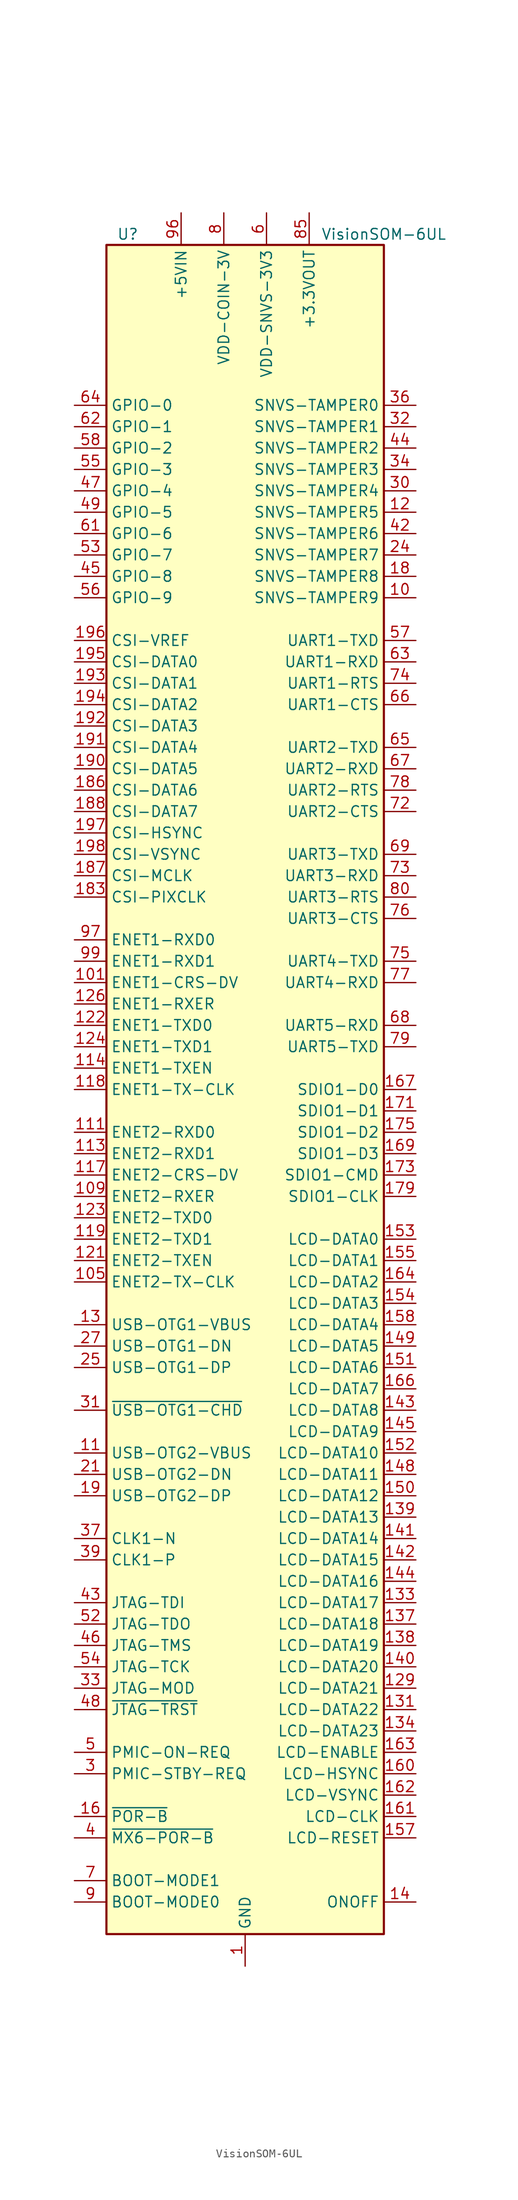
<source format=kicad_sym>
(kicad_symbol_lib
  (version 20201005)
  (generator kicad_symbol_editor)
  (symbol "VisionSOM-6UL"
    (property "Reference" "U"
      (at -13.97 101.6 0)
      (effects (font (size 1.27 1.27))))
    (property "Value" "VisionSOM-6UL"
      (at 16.51 101.6 0)
      (effects (font (size 1.27 1.27))))
    (symbol "VisionSOM-6UL_0_1"
      (rectangle (start -16.51 100.33) (end 16.51 -100.33) (stroke (width 0.254)) (fill (type background))))
    (symbol "VisionSOM-6UL_1_1"
      (pin power_in line (at 0 -104.14 90) (length 3.81) (name "GND" (effects (font (size 1.27 1.27)))) (number "1" (effects (font (size 1.27 1.27)))))
      (pin bidirectional line (at 20.32 58.42 180) (length 3.81) (name "SNVS-TAMPER9" (effects (font (size 1.27 1.27)))) (number "10" (effects (font (size 1.27 1.27)))))
      (pin passive line (at -7.62 104.14 270) (length 3.81) hide (name "+5VIN" (effects (font (size 1.27 1.27)))) (number "100" (effects (font (size 1.27 1.27)))))
      (pin bidirectional line (at -20.32 12.7 0) (length 3.81) (name "ENET1-CRS-DV" (effects (font (size 1.27 1.27)))) (number "101" (effects (font (size 1.27 1.27)))))
      (pin passive line (at -7.62 104.14 270) (length 3.81) hide (name "+5VIN" (effects (font (size 1.27 1.27)))) (number "102" (effects (font (size 1.27 1.27)))))
      (pin passive line (at 0 -104.14 90) (length 3.81) hide (name "GND" (effects (font (size 1.27 1.27)))) (number "103" (effects (font (size 1.27 1.27)))))
      (pin passive line (at -7.62 104.14 270) (length 3.81) hide (name "+5VIN" (effects (font (size 1.27 1.27)))) (number "104" (effects (font (size 1.27 1.27)))))
      (pin bidirectional line (at -20.32 -22.86 0) (length 3.81) (name "ENET2-TX-CLK" (effects (font (size 1.27 1.27)))) (number "105" (effects (font (size 1.27 1.27)))))
      (pin passive line (at -7.62 104.14 270) (length 3.81) hide (name "+5VIN" (effects (font (size 1.27 1.27)))) (number "106" (effects (font (size 1.27 1.27)))))
      (pin passive line (at 0 -104.14 90) (length 3.81) hide (name "GND" (effects (font (size 1.27 1.27)))) (number "107" (effects (font (size 1.27 1.27)))))
      (pin passive line (at -7.62 104.14 270) (length 3.81) hide (name "+5VIN" (effects (font (size 1.27 1.27)))) (number "108" (effects (font (size 1.27 1.27)))))
      (pin bidirectional line (at -20.32 -12.7 0) (length 3.81) (name "ENET2-RXER" (effects (font (size 1.27 1.27)))) (number "109" (effects (font (size 1.27 1.27)))))
      (pin input line (at -20.32 -43.18 0) (length 3.81) (name "USB-OTG2-VBUS" (effects (font (size 1.27 1.27)))) (number "11" (effects (font (size 1.27 1.27)))))
      (pin passive line (at -7.62 104.14 270) (length 3.81) hide (name "+5VIN" (effects (font (size 1.27 1.27)))) (number "110" (effects (font (size 1.27 1.27)))))
      (pin bidirectional line (at -20.32 -5.08 0) (length 3.81) (name "ENET2-RXD0" (effects (font (size 1.27 1.27)))) (number "111" (effects (font (size 1.27 1.27)))))
      (pin passive line (at -7.62 104.14 270) (length 3.81) hide (name "+5VIN" (effects (font (size 1.27 1.27)))) (number "112" (effects (font (size 1.27 1.27)))))
      (pin bidirectional line (at -20.32 -7.62 0) (length 3.81) (name "ENET2-RXD1" (effects (font (size 1.27 1.27)))) (number "113" (effects (font (size 1.27 1.27)))))
      (pin bidirectional line (at -20.32 2.54 0) (length 3.81) (name "ENET1-TXEN" (effects (font (size 1.27 1.27)))) (number "114" (effects (font (size 1.27 1.27)))))
      (pin passive line (at 0 -104.14 90) (length 3.81) hide (name "GND" (effects (font (size 1.27 1.27)))) (number "115" (effects (font (size 1.27 1.27)))))
      (pin passive line (at 0 -104.14 90) (length 3.81) hide (name "GND" (effects (font (size 1.27 1.27)))) (number "116" (effects (font (size 1.27 1.27)))))
      (pin bidirectional line (at -20.32 -10.16 0) (length 3.81) (name "ENET2-CRS-DV" (effects (font (size 1.27 1.27)))) (number "117" (effects (font (size 1.27 1.27)))))
      (pin bidirectional line (at -20.32 0 0) (length 3.81) (name "ENET1-TX-CLK" (effects (font (size 1.27 1.27)))) (number "118" (effects (font (size 1.27 1.27)))))
      (pin bidirectional line (at -20.32 -17.78 0) (length 3.81) (name "ENET2-TXD1" (effects (font (size 1.27 1.27)))) (number "119" (effects (font (size 1.27 1.27)))))
      (pin bidirectional line (at 20.32 68.58 180) (length 3.81) (name "SNVS-TAMPER5" (effects (font (size 1.27 1.27)))) (number "12" (effects (font (size 1.27 1.27)))))
      (pin passive line (at 0 -104.14 90) (length 3.81) hide (name "GND" (effects (font (size 1.27 1.27)))) (number "120" (effects (font (size 1.27 1.27)))))
      (pin bidirectional line (at -20.32 -20.32 0) (length 3.81) (name "ENET2-TXEN" (effects (font (size 1.27 1.27)))) (number "121" (effects (font (size 1.27 1.27)))))
      (pin bidirectional line (at -20.32 7.62 0) (length 3.81) (name "ENET1-TXD0" (effects (font (size 1.27 1.27)))) (number "122" (effects (font (size 1.27 1.27)))))
      (pin bidirectional line (at -20.32 -15.24 0) (length 3.81) (name "ENET2-TXD0" (effects (font (size 1.27 1.27)))) (number "123" (effects (font (size 1.27 1.27)))))
      (pin bidirectional line (at -20.32 5.08 0) (length 3.81) (name "ENET1-TXD1" (effects (font (size 1.27 1.27)))) (number "124" (effects (font (size 1.27 1.27)))))
      (pin passive line (at 0 -104.14 90) (length 3.81) hide (name "GND" (effects (font (size 1.27 1.27)))) (number "125" (effects (font (size 1.27 1.27)))))
      (pin bidirectional line (at -20.32 10.16 0) (length 3.81) (name "ENET1-RXER" (effects (font (size 1.27 1.27)))) (number "126" (effects (font (size 1.27 1.27)))))
      (pin passive line (at 0 -104.14 90) (length 3.81) hide (name "GND" (effects (font (size 1.27 1.27)))) (number "127" (effects (font (size 1.27 1.27)))))
      (pin passive line (at 0 -104.14 90) (length 3.81) hide (name "GND" (effects (font (size 1.27 1.27)))) (number "128" (effects (font (size 1.27 1.27)))))
      (pin bidirectional line (at 20.32 -71.12 180) (length 3.81) (name "LCD-DATA21" (effects (font (size 1.27 1.27)))) (number "129" (effects (font (size 1.27 1.27)))))
      (pin input line (at -20.32 -27.94 0) (length 3.81) (name "USB-OTG1-VBUS" (effects (font (size 1.27 1.27)))) (number "13" (effects (font (size 1.27 1.27)))))
      (pin passive line (at 0 -104.14 90) (length 3.81) hide (name "GND" (effects (font (size 1.27 1.27)))) (number "130" (effects (font (size 1.27 1.27)))))
      (pin bidirectional line (at 20.32 -73.66 180) (length 3.81) (name "LCD-DATA22" (effects (font (size 1.27 1.27)))) (number "131" (effects (font (size 1.27 1.27)))))
      (pin passive line (at 0 -104.14 90) (length 3.81) hide (name "GND" (effects (font (size 1.27 1.27)))) (number "132" (effects (font (size 1.27 1.27)))))
      (pin bidirectional line (at 20.32 -60.96 180) (length 3.81) (name "LCD-DATA17" (effects (font (size 1.27 1.27)))) (number "133" (effects (font (size 1.27 1.27)))))
      (pin bidirectional line (at 20.32 -76.2 180) (length 3.81) (name "LCD-DATA23" (effects (font (size 1.27 1.27)))) (number "134" (effects (font (size 1.27 1.27)))))
      (pin passive line (at 0 -104.14 90) (length 3.81) hide (name "GND" (effects (font (size 1.27 1.27)))) (number "135" (effects (font (size 1.27 1.27)))))
      (pin passive line (at 0 -104.14 90) (length 3.81) hide (name "GND" (effects (font (size 1.27 1.27)))) (number "136" (effects (font (size 1.27 1.27)))))
      (pin bidirectional line (at 20.32 -63.5 180) (length 3.81) (name "LCD-DATA18" (effects (font (size 1.27 1.27)))) (number "137" (effects (font (size 1.27 1.27)))))
      (pin bidirectional line (at 20.32 -66.04 180) (length 3.81) (name "LCD-DATA19" (effects (font (size 1.27 1.27)))) (number "138" (effects (font (size 1.27 1.27)))))
      (pin bidirectional line (at 20.32 -50.8 180) (length 3.81) (name "LCD-DATA13" (effects (font (size 1.27 1.27)))) (number "139" (effects (font (size 1.27 1.27)))))
      (pin input line (at 20.32 -96.52 180) (length 3.81) (name "ONOFF" (effects (font (size 1.27 1.27)))) (number "14" (effects (font (size 1.27 1.27)))))
      (pin bidirectional line (at 20.32 -68.58 180) (length 3.81) (name "LCD-DATA20" (effects (font (size 1.27 1.27)))) (number "140" (effects (font (size 1.27 1.27)))))
      (pin bidirectional line (at 20.32 -53.34 180) (length 3.81) (name "LCD-DATA14" (effects (font (size 1.27 1.27)))) (number "141" (effects (font (size 1.27 1.27)))))
      (pin bidirectional line (at 20.32 -55.88 180) (length 3.81) (name "LCD-DATA15" (effects (font (size 1.27 1.27)))) (number "142" (effects (font (size 1.27 1.27)))))
      (pin bidirectional line (at 20.32 -38.1 180) (length 3.81) (name "LCD-DATA8" (effects (font (size 1.27 1.27)))) (number "143" (effects (font (size 1.27 1.27)))))
      (pin bidirectional line (at 20.32 -58.42 180) (length 3.81) (name "LCD-DATA16" (effects (font (size 1.27 1.27)))) (number "144" (effects (font (size 1.27 1.27)))))
      (pin bidirectional line (at 20.32 -40.64 180) (length 3.81) (name "LCD-DATA9" (effects (font (size 1.27 1.27)))) (number "145" (effects (font (size 1.27 1.27)))))
      (pin passive line (at 0 -104.14 90) (length 3.81) hide (name "GND" (effects (font (size 1.27 1.27)))) (number "146" (effects (font (size 1.27 1.27)))))
      (pin passive line (at 0 -104.14 90) (length 3.81) hide (name "GND" (effects (font (size 1.27 1.27)))) (number "147" (effects (font (size 1.27 1.27)))))
      (pin bidirectional line (at 20.32 -45.72 180) (length 3.81) (name "LCD-DATA11" (effects (font (size 1.27 1.27)))) (number "148" (effects (font (size 1.27 1.27)))))
      (pin bidirectional line (at 20.32 -30.48 180) (length 3.81) (name "LCD-DATA5" (effects (font (size 1.27 1.27)))) (number "149" (effects (font (size 1.27 1.27)))))
      (pin passive line (at 0 -104.14 90) (length 3.81) hide (name "GND" (effects (font (size 1.27 1.27)))) (number "15" (effects (font (size 1.27 1.27)))))
      (pin bidirectional line (at 20.32 -48.26 180) (length 3.81) (name "LCD-DATA12" (effects (font (size 1.27 1.27)))) (number "150" (effects (font (size 1.27 1.27)))))
      (pin bidirectional line (at 20.32 -33.02 180) (length 3.81) (name "LCD-DATA6" (effects (font (size 1.27 1.27)))) (number "151" (effects (font (size 1.27 1.27)))))
      (pin bidirectional line (at 20.32 -43.18 180) (length 3.81) (name "LCD-DATA10" (effects (font (size 1.27 1.27)))) (number "152" (effects (font (size 1.27 1.27)))))
      (pin bidirectional line (at 20.32 -17.78 180) (length 3.81) (name "LCD-DATA0" (effects (font (size 1.27 1.27)))) (number "153" (effects (font (size 1.27 1.27)))))
      (pin bidirectional line (at 20.32 -25.4 180) (length 3.81) (name "LCD-DATA3" (effects (font (size 1.27 1.27)))) (number "154" (effects (font (size 1.27 1.27)))))
      (pin bidirectional line (at 20.32 -20.32 180) (length 3.81) (name "LCD-DATA1" (effects (font (size 1.27 1.27)))) (number "155" (effects (font (size 1.27 1.27)))))
      (pin passive line (at 0 -104.14 90) (length 3.81) hide (name "GND" (effects (font (size 1.27 1.27)))) (number "156" (effects (font (size 1.27 1.27)))))
      (pin bidirectional line (at 20.32 -88.9 180) (length 3.81) (name "LCD-RESET" (effects (font (size 1.27 1.27)))) (number "157" (effects (font (size 1.27 1.27)))))
      (pin bidirectional line (at 20.32 -27.94 180) (length 3.81) (name "LCD-DATA4" (effects (font (size 1.27 1.27)))) (number "158" (effects (font (size 1.27 1.27)))))
      (pin passive line (at 0 -104.14 90) (length 3.81) hide (name "GND" (effects (font (size 1.27 1.27)))) (number "159" (effects (font (size 1.27 1.27)))))
      (pin input line (at -20.32 -86.36 0) (length 3.81) (name "~POR-B" (effects (font (size 1.27 1.27)))) (number "16" (effects (font (size 1.27 1.27)))))
      (pin bidirectional line (at 20.32 -81.28 180) (length 3.81) (name "LCD-HSYNC" (effects (font (size 1.27 1.27)))) (number "160" (effects (font (size 1.27 1.27)))))
      (pin bidirectional line (at 20.32 -86.36 180) (length 3.81) (name "LCD-CLK" (effects (font (size 1.27 1.27)))) (number "161" (effects (font (size 1.27 1.27)))))
      (pin bidirectional line (at 20.32 -83.82 180) (length 3.81) (name "LCD-VSYNC" (effects (font (size 1.27 1.27)))) (number "162" (effects (font (size 1.27 1.27)))))
      (pin bidirectional line (at 20.32 -78.74 180) (length 3.81) (name "LCD-ENABLE" (effects (font (size 1.27 1.27)))) (number "163" (effects (font (size 1.27 1.27)))))
      (pin bidirectional line (at 20.32 -22.86 180) (length 3.81) (name "LCD-DATA2" (effects (font (size 1.27 1.27)))) (number "164" (effects (font (size 1.27 1.27)))))
      (pin passive line (at 0 -104.14 90) (length 3.81) hide (name "GND" (effects (font (size 1.27 1.27)))) (number "165" (effects (font (size 1.27 1.27)))))
      (pin bidirectional line (at 20.32 -35.56 180) (length 3.81) (name "LCD-DATA7" (effects (font (size 1.27 1.27)))) (number "166" (effects (font (size 1.27 1.27)))))
      (pin bidirectional line (at 20.32 0 180) (length 3.81) (name "SDIO1-D0" (effects (font (size 1.27 1.27)))) (number "167" (effects (font (size 1.27 1.27)))))
      (pin passive line (at 0 -104.14 90) (length 3.81) hide (name "GND" (effects (font (size 1.27 1.27)))) (number "168" (effects (font (size 1.27 1.27)))))
      (pin bidirectional line (at 20.32 -7.62 180) (length 3.81) (name "SDIO1-D3" (effects (font (size 1.27 1.27)))) (number "169" (effects (font (size 1.27 1.27)))))
      (pin passive line (at 0 -104.14 90) (length 3.81) hide (name "GND" (effects (font (size 1.27 1.27)))) (number "17" (effects (font (size 1.27 1.27)))))
      (pin passive line (at 0 -104.14 90) (length 3.81) hide (name "GND" (effects (font (size 1.27 1.27)))) (number "170" (effects (font (size 1.27 1.27)))))
      (pin bidirectional line (at 20.32 -2.54 180) (length 3.81) (name "SDIO1-D1" (effects (font (size 1.27 1.27)))) (number "171" (effects (font (size 1.27 1.27)))))
      (pin passive line (at 0 -104.14 90) (length 3.81) hide (name "GND" (effects (font (size 1.27 1.27)))) (number "172" (effects (font (size 1.27 1.27)))))
      (pin bidirectional line (at 20.32 -10.16 180) (length 3.81) (name "SDIO1-CMD" (effects (font (size 1.27 1.27)))) (number "173" (effects (font (size 1.27 1.27)))))
      (pin passive line (at 0 -104.14 90) (length 3.81) hide (name "GND" (effects (font (size 1.27 1.27)))) (number "174" (effects (font (size 1.27 1.27)))))
      (pin bidirectional line (at 20.32 -5.08 180) (length 3.81) (name "SDIO1-D2" (effects (font (size 1.27 1.27)))) (number "175" (effects (font (size 1.27 1.27)))))
      (pin passive line (at 0 -104.14 90) (length 3.81) hide (name "GND" (effects (font (size 1.27 1.27)))) (number "176" (effects (font (size 1.27 1.27)))))
      (pin passive line (at 0 -104.14 90) (length 3.81) hide (name "GND" (effects (font (size 1.27 1.27)))) (number "177" (effects (font (size 1.27 1.27)))))
      (pin passive line (at 0 -104.14 90) (length 3.81) hide (name "GND" (effects (font (size 1.27 1.27)))) (number "178" (effects (font (size 1.27 1.27)))))
      (pin bidirectional line (at 20.32 -12.7 180) (length 3.81) (name "SDIO1-CLK" (effects (font (size 1.27 1.27)))) (number "179" (effects (font (size 1.27 1.27)))))
      (pin bidirectional line (at 20.32 60.96 180) (length 3.81) (name "SNVS-TAMPER8" (effects (font (size 1.27 1.27)))) (number "18" (effects (font (size 1.27 1.27)))))
      (pin passive line (at 0 -104.14 90) (length 3.81) hide (name "GND" (effects (font (size 1.27 1.27)))) (number "180" (effects (font (size 1.27 1.27)))))
      (pin passive line (at 0 -104.14 90) (length 3.81) hide (name "GND" (effects (font (size 1.27 1.27)))) (number "181" (effects (font (size 1.27 1.27)))))
      (pin passive line (at 0 -104.14 90) (length 3.81) hide (name "GND" (effects (font (size 1.27 1.27)))) (number "182" (effects (font (size 1.27 1.27)))))
      (pin bidirectional line (at -20.32 22.86 0) (length 3.81) (name "CSI-PIXCLK" (effects (font (size 1.27 1.27)))) (number "183" (effects (font (size 1.27 1.27)))))
      (pin passive line (at 0 -104.14 90) (length 3.81) hide (name "GND" (effects (font (size 1.27 1.27)))) (number "184" (effects (font (size 1.27 1.27)))))
      (pin passive line (at 0 -104.14 90) (length 3.81) hide (name "GND" (effects (font (size 1.27 1.27)))) (number "185" (effects (font (size 1.27 1.27)))))
      (pin bidirectional line (at -20.32 35.56 0) (length 3.81) (name "CSI-DATA6" (effects (font (size 1.27 1.27)))) (number "186" (effects (font (size 1.27 1.27)))))
      (pin bidirectional line (at -20.32 25.4 0) (length 3.81) (name "CSI-MCLK" (effects (font (size 1.27 1.27)))) (number "187" (effects (font (size 1.27 1.27)))))
      (pin bidirectional line (at -20.32 33.02 0) (length 3.81) (name "CSI-DATA7" (effects (font (size 1.27 1.27)))) (number "188" (effects (font (size 1.27 1.27)))))
      (pin passive line (at 0 -104.14 90) (length 3.81) hide (name "GND" (effects (font (size 1.27 1.27)))) (number "189" (effects (font (size 1.27 1.27)))))
      (pin bidirectional line (at -20.32 -48.26 0) (length 3.81) (name "USB-OTG2-DP" (effects (font (size 1.27 1.27)))) (number "19" (effects (font (size 1.27 1.27)))))
      (pin bidirectional line (at -20.32 38.1 0) (length 3.81) (name "CSI-DATA5" (effects (font (size 1.27 1.27)))) (number "190" (effects (font (size 1.27 1.27)))))
      (pin bidirectional line (at -20.32 40.64 0) (length 3.81) (name "CSI-DATA4" (effects (font (size 1.27 1.27)))) (number "191" (effects (font (size 1.27 1.27)))))
      (pin bidirectional line (at -20.32 43.18 0) (length 3.81) (name "CSI-DATA3" (effects (font (size 1.27 1.27)))) (number "192" (effects (font (size 1.27 1.27)))))
      (pin bidirectional line (at -20.32 48.26 0) (length 3.81) (name "CSI-DATA1" (effects (font (size 1.27 1.27)))) (number "193" (effects (font (size 1.27 1.27)))))
      (pin bidirectional line (at -20.32 45.72 0) (length 3.81) (name "CSI-DATA2" (effects (font (size 1.27 1.27)))) (number "194" (effects (font (size 1.27 1.27)))))
      (pin bidirectional line (at -20.32 50.8 0) (length 3.81) (name "CSI-DATA0" (effects (font (size 1.27 1.27)))) (number "195" (effects (font (size 1.27 1.27)))))
      (pin passive line (at -20.32 53.34 0) (length 3.81) (name "CSI-VREF" (effects (font (size 1.27 1.27)))) (number "196" (effects (font (size 1.27 1.27)))))
      (pin bidirectional line (at -20.32 30.48 0) (length 3.81) (name "CSI-HSYNC" (effects (font (size 1.27 1.27)))) (number "197" (effects (font (size 1.27 1.27)))))
      (pin bidirectional line (at -20.32 27.94 0) (length 3.81) (name "CSI-VSYNC" (effects (font (size 1.27 1.27)))) (number "198" (effects (font (size 1.27 1.27)))))
      (pin passive line (at 0 -104.14 90) (length 3.81) hide (name "GND" (effects (font (size 1.27 1.27)))) (number "199" (effects (font (size 1.27 1.27)))))
      (pin passive line (at 0 -104.14 90) (length 3.81) hide (name "GND" (effects (font (size 1.27 1.27)))) (number "2" (effects (font (size 1.27 1.27)))))
      (pin passive line (at 0 -104.14 90) (length 3.81) hide (name "GND" (effects (font (size 1.27 1.27)))) (number "20" (effects (font (size 1.27 1.27)))))
      (pin passive line (at 0 -104.14 90) (length 3.81) hide (name "GND" (effects (font (size 1.27 1.27)))) (number "200" (effects (font (size 1.27 1.27)))))
      (pin bidirectional line (at -20.32 -45.72 0) (length 3.81) (name "USB-OTG2-DN" (effects (font (size 1.27 1.27)))) (number "21" (effects (font (size 1.27 1.27)))))
      (pin passive line (at 0 -104.14 90) (length 3.81) hide (name "GND" (effects (font (size 1.27 1.27)))) (number "22" (effects (font (size 1.27 1.27)))))
      (pin passive line (at 0 -104.14 90) (length 3.81) hide (name "GND" (effects (font (size 1.27 1.27)))) (number "23" (effects (font (size 1.27 1.27)))))
      (pin bidirectional line (at 20.32 63.5 180) (length 3.81) (name "SNVS-TAMPER7" (effects (font (size 1.27 1.27)))) (number "24" (effects (font (size 1.27 1.27)))))
      (pin bidirectional line (at -20.32 -33.02 0) (length 3.81) (name "USB-OTG1-DP" (effects (font (size 1.27 1.27)))) (number "25" (effects (font (size 1.27 1.27)))))
      (pin passive line (at 0 -104.14 90) (length 3.81) hide (name "GND" (effects (font (size 1.27 1.27)))) (number "26" (effects (font (size 1.27 1.27)))))
      (pin bidirectional line (at -20.32 -30.48 0) (length 3.81) (name "USB-OTG1-DN" (effects (font (size 1.27 1.27)))) (number "27" (effects (font (size 1.27 1.27)))))
      (pin passive line (at 0 -104.14 90) (length 3.81) hide (name "GND" (effects (font (size 1.27 1.27)))) (number "28" (effects (font (size 1.27 1.27)))))
      (pin passive line (at 0 -104.14 90) (length 3.81) hide (name "GND" (effects (font (size 1.27 1.27)))) (number "29" (effects (font (size 1.27 1.27)))))
      (pin output line (at -20.32 -81.28 0) (length 3.81) (name "PMIC-STBY-REQ" (effects (font (size 1.27 1.27)))) (number "3" (effects (font (size 1.27 1.27)))))
      (pin bidirectional line (at 20.32 71.12 180) (length 3.81) (name "SNVS-TAMPER4" (effects (font (size 1.27 1.27)))) (number "30" (effects (font (size 1.27 1.27)))))
      (pin open_collector line (at -20.32 -38.1 0) (length 3.81) (name "~USB-OTG1-CHD" (effects (font (size 1.27 1.27)))) (number "31" (effects (font (size 1.27 1.27)))))
      (pin bidirectional line (at 20.32 78.74 180) (length 3.81) (name "SNVS-TAMPER1" (effects (font (size 1.27 1.27)))) (number "32" (effects (font (size 1.27 1.27)))))
      (pin bidirectional line (at -20.32 -71.12 0) (length 3.81) (name "JTAG-MOD" (effects (font (size 1.27 1.27)))) (number "33" (effects (font (size 1.27 1.27)))))
      (pin bidirectional line (at 20.32 73.66 180) (length 3.81) (name "SNVS-TAMPER3" (effects (font (size 1.27 1.27)))) (number "34" (effects (font (size 1.27 1.27)))))
      (pin passive line (at 0 -104.14 90) (length 3.81) hide (name "GND" (effects (font (size 1.27 1.27)))) (number "35" (effects (font (size 1.27 1.27)))))
      (pin bidirectional line (at 20.32 81.28 180) (length 3.81) (name "SNVS-TAMPER0" (effects (font (size 1.27 1.27)))) (number "36" (effects (font (size 1.27 1.27)))))
      (pin bidirectional line (at -20.32 -53.34 0) (length 3.81) (name "CLK1-N" (effects (font (size 1.27 1.27)))) (number "37" (effects (font (size 1.27 1.27)))))
      (pin passive line (at 0 -104.14 90) (length 3.81) hide (name "GND" (effects (font (size 1.27 1.27)))) (number "38" (effects (font (size 1.27 1.27)))))
      (pin bidirectional line (at -20.32 -55.88 0) (length 3.81) (name "CLK1-P" (effects (font (size 1.27 1.27)))) (number "39" (effects (font (size 1.27 1.27)))))
      (pin input line (at -20.32 -88.9 0) (length 3.81) (name "~MX6-POR-B" (effects (font (size 1.27 1.27)))) (number "4" (effects (font (size 1.27 1.27)))))
      (pin passive line (at 0 -104.14 90) (length 3.81) hide (name "GND" (effects (font (size 1.27 1.27)))) (number "40" (effects (font (size 1.27 1.27)))))
      (pin passive line (at 0 -104.14 90) (length 3.81) hide (name "GND" (effects (font (size 1.27 1.27)))) (number "41" (effects (font (size 1.27 1.27)))))
      (pin bidirectional line (at 20.32 66.04 180) (length 3.81) (name "SNVS-TAMPER6" (effects (font (size 1.27 1.27)))) (number "42" (effects (font (size 1.27 1.27)))))
      (pin bidirectional line (at -20.32 -60.96 0) (length 3.81) (name "JTAG-TDI" (effects (font (size 1.27 1.27)))) (number "43" (effects (font (size 1.27 1.27)))))
      (pin bidirectional line (at 20.32 76.2 180) (length 3.81) (name "SNVS-TAMPER2" (effects (font (size 1.27 1.27)))) (number "44" (effects (font (size 1.27 1.27)))))
      (pin bidirectional line (at -20.32 60.96 0) (length 3.81) (name "GPIO-8" (effects (font (size 1.27 1.27)))) (number "45" (effects (font (size 1.27 1.27)))))
      (pin bidirectional line (at -20.32 -66.04 0) (length 3.81) (name "JTAG-TMS" (effects (font (size 1.27 1.27)))) (number "46" (effects (font (size 1.27 1.27)))))
      (pin bidirectional line (at -20.32 71.12 0) (length 3.81) (name "GPIO-4" (effects (font (size 1.27 1.27)))) (number "47" (effects (font (size 1.27 1.27)))))
      (pin bidirectional line (at -20.32 -73.66 0) (length 3.81) (name "~JTAG-TRST" (effects (font (size 1.27 1.27)))) (number "48" (effects (font (size 1.27 1.27)))))
      (pin bidirectional line (at -20.32 68.58 0) (length 3.81) (name "GPIO-5" (effects (font (size 1.27 1.27)))) (number "49" (effects (font (size 1.27 1.27)))))
      (pin output line (at -20.32 -78.74 0) (length 3.81) (name "PMIC-ON-REQ" (effects (font (size 1.27 1.27)))) (number "5" (effects (font (size 1.27 1.27)))))
      (pin passive line (at 0 -104.14 90) (length 3.81) hide (name "GND" (effects (font (size 1.27 1.27)))) (number "50" (effects (font (size 1.27 1.27)))))
      (pin passive line (at 0 -104.14 90) (length 3.81) hide (name "GND" (effects (font (size 1.27 1.27)))) (number "51" (effects (font (size 1.27 1.27)))))
      (pin bidirectional line (at -20.32 -63.5 0) (length 3.81) (name "JTAG-TDO" (effects (font (size 1.27 1.27)))) (number "52" (effects (font (size 1.27 1.27)))))
      (pin bidirectional line (at -20.32 63.5 0) (length 3.81) (name "GPIO-7" (effects (font (size 1.27 1.27)))) (number "53" (effects (font (size 1.27 1.27)))))
      (pin bidirectional line (at -20.32 -68.58 0) (length 3.81) (name "JTAG-TCK" (effects (font (size 1.27 1.27)))) (number "54" (effects (font (size 1.27 1.27)))))
      (pin bidirectional line (at -20.32 73.66 0) (length 3.81) (name "GPIO-3" (effects (font (size 1.27 1.27)))) (number "55" (effects (font (size 1.27 1.27)))))
      (pin bidirectional line (at -20.32 58.42 0) (length 3.81) (name "GPIO-9" (effects (font (size 1.27 1.27)))) (number "56" (effects (font (size 1.27 1.27)))))
      (pin bidirectional line (at 20.32 53.34 180) (length 3.81) (name "UART1-TXD" (effects (font (size 1.27 1.27)))) (number "57" (effects (font (size 1.27 1.27)))))
      (pin bidirectional line (at -20.32 76.2 0) (length 3.81) (name "GPIO-2" (effects (font (size 1.27 1.27)))) (number "58" (effects (font (size 1.27 1.27)))))
      (pin passive line (at 0 -104.14 90) (length 3.81) hide (name "GND" (effects (font (size 1.27 1.27)))) (number "59" (effects (font (size 1.27 1.27)))))
      (pin power_in line (at 2.54 104.14 270) (length 3.81) (name "VDD-SNVS-3V3" (effects (font (size 1.27 1.27)))) (number "6" (effects (font (size 1.27 1.27)))))
      (pin passive line (at 0 -104.14 90) (length 3.81) hide (name "GND" (effects (font (size 1.27 1.27)))) (number "60" (effects (font (size 1.27 1.27)))))
      (pin bidirectional line (at -20.32 66.04 0) (length 3.81) (name "GPIO-6" (effects (font (size 1.27 1.27)))) (number "61" (effects (font (size 1.27 1.27)))))
      (pin bidirectional line (at -20.32 78.74 0) (length 3.81) (name "GPIO-1" (effects (font (size 1.27 1.27)))) (number "62" (effects (font (size 1.27 1.27)))))
      (pin bidirectional line (at 20.32 50.8 180) (length 3.81) (name "UART1-RXD" (effects (font (size 1.27 1.27)))) (number "63" (effects (font (size 1.27 1.27)))))
      (pin bidirectional line (at -20.32 81.28 0) (length 3.81) (name "GPIO-0" (effects (font (size 1.27 1.27)))) (number "64" (effects (font (size 1.27 1.27)))))
      (pin bidirectional line (at 20.32 40.64 180) (length 3.81) (name "UART2-TXD" (effects (font (size 1.27 1.27)))) (number "65" (effects (font (size 1.27 1.27)))))
      (pin bidirectional line (at 20.32 45.72 180) (length 3.81) (name "UART1-CTS" (effects (font (size 1.27 1.27)))) (number "66" (effects (font (size 1.27 1.27)))))
      (pin bidirectional line (at 20.32 38.1 180) (length 3.81) (name "UART2-RXD" (effects (font (size 1.27 1.27)))) (number "67" (effects (font (size 1.27 1.27)))))
      (pin bidirectional line (at 20.32 7.62 180) (length 3.81) (name "UART5-RXD" (effects (font (size 1.27 1.27)))) (number "68" (effects (font (size 1.27 1.27)))))
      (pin bidirectional line (at 20.32 27.94 180) (length 3.81) (name "UART3-TXD" (effects (font (size 1.27 1.27)))) (number "69" (effects (font (size 1.27 1.27)))))
      (pin input line (at -20.32 -93.98 0) (length 3.81) (name "BOOT-MODE1" (effects (font (size 1.27 1.27)))) (number "7" (effects (font (size 1.27 1.27)))))
      (pin passive line (at 0 -104.14 90) (length 3.81) hide (name "GND" (effects (font (size 1.27 1.27)))) (number "70" (effects (font (size 1.27 1.27)))))
      (pin passive line (at 0 -104.14 90) (length 3.81) hide (name "GND" (effects (font (size 1.27 1.27)))) (number "71" (effects (font (size 1.27 1.27)))))
      (pin bidirectional line (at 20.32 33.02 180) (length 3.81) (name "UART2-CTS" (effects (font (size 1.27 1.27)))) (number "72" (effects (font (size 1.27 1.27)))))
      (pin bidirectional line (at 20.32 25.4 180) (length 3.81) (name "UART3-RXD" (effects (font (size 1.27 1.27)))) (number "73" (effects (font (size 1.27 1.27)))))
      (pin bidirectional line (at 20.32 48.26 180) (length 3.81) (name "UART1-RTS" (effects (font (size 1.27 1.27)))) (number "74" (effects (font (size 1.27 1.27)))))
      (pin bidirectional line (at 20.32 15.24 180) (length 3.81) (name "UART4-TXD" (effects (font (size 1.27 1.27)))) (number "75" (effects (font (size 1.27 1.27)))))
      (pin bidirectional line (at 20.32 20.32 180) (length 3.81) (name "UART3-CTS" (effects (font (size 1.27 1.27)))) (number "76" (effects (font (size 1.27 1.27)))))
      (pin bidirectional line (at 20.32 12.7 180) (length 3.81) (name "UART4-RXD" (effects (font (size 1.27 1.27)))) (number "77" (effects (font (size 1.27 1.27)))))
      (pin bidirectional line (at 20.32 35.56 180) (length 3.81) (name "UART2-RTS" (effects (font (size 1.27 1.27)))) (number "78" (effects (font (size 1.27 1.27)))))
      (pin bidirectional line (at 20.32 5.08 180) (length 3.81) (name "UART5-TXD" (effects (font (size 1.27 1.27)))) (number "79" (effects (font (size 1.27 1.27)))))
      (pin power_in line (at -2.54 104.14 270) (length 3.81) (name "VDD-COIN-3V" (effects (font (size 1.27 1.27)))) (number "8" (effects (font (size 1.27 1.27)))))
      (pin bidirectional line (at 20.32 22.86 180) (length 3.81) (name "UART3-RTS" (effects (font (size 1.27 1.27)))) (number "80" (effects (font (size 1.27 1.27)))))
      (pin passive line (at 0 -104.14 90) (length 3.81) hide (name "GND" (effects (font (size 1.27 1.27)))) (number "81" (effects (font (size 1.27 1.27)))))
      (pin passive line (at 0 -104.14 90) (length 3.81) hide (name "GND" (effects (font (size 1.27 1.27)))) (number "82" (effects (font (size 1.27 1.27)))))
      (pin no_connect line (at 15.24 -93.98 180) (length 3.81) hide (name "NC" (effects (font (size 1.27 1.27)))) (number "83" (effects (font (size 1.27 1.27)))))
      (pin passive line (at 0 -104.14 90) (length 3.81) hide (name "GND" (effects (font (size 1.27 1.27)))) (number "84" (effects (font (size 1.27 1.27)))))
      (pin power_out line (at 7.62 104.14 270) (length 3.81) (name "+3.3VOUT" (effects (font (size 1.27 1.27)))) (number "85" (effects (font (size 1.27 1.27)))))
      (pin no_connect line (at -15.24 -76.2 0) (length 2.54) hide (name "NC" (effects (font (size 1.27 1.27)))) (number "86" (effects (font (size 1.27 1.27)))))
      (pin passive line (at 7.62 104.14 270) (length 3.81) hide (name "+3.3VOUT" (effects (font (size 1.27 1.27)))) (number "87" (effects (font (size 1.27 1.27)))))
      (pin passive line (at 7.62 104.14 270) (length 3.81) hide (name "+3.3VOUT" (effects (font (size 1.27 1.27)))) (number "88" (effects (font (size 1.27 1.27)))))
      (pin passive line (at 7.62 104.14 270) (length 3.81) hide (name "+3.3VOUT" (effects (font (size 1.27 1.27)))) (number "89" (effects (font (size 1.27 1.27)))))
      (pin input line (at -20.32 -96.52 0) (length 3.81) (name "BOOT-MODE0" (effects (font (size 1.27 1.27)))) (number "9" (effects (font (size 1.27 1.27)))))
      (pin passive line (at 7.62 104.14 270) (length 3.81) hide (name "+3.3VOUT" (effects (font (size 1.27 1.27)))) (number "90" (effects (font (size 1.27 1.27)))))
      (pin passive line (at 7.62 104.14 270) (length 3.81) hide (name "+3.3VOUT" (effects (font (size 1.27 1.27)))) (number "91" (effects (font (size 1.27 1.27)))))
      (pin passive line (at 7.62 104.14 270) (length 3.81) hide (name "+3.3VOUT" (effects (font (size 1.27 1.27)))) (number "92" (effects (font (size 1.27 1.27)))))
      (pin passive line (at 7.62 104.14 270) (length 3.81) hide (name "+3.3VOUT" (effects (font (size 1.27 1.27)))) (number "93" (effects (font (size 1.27 1.27)))))
      (pin no_connect line (at -15.24 -83.82 0) (length 2.54) hide (name "NC" (effects (font (size 1.27 1.27)))) (number "94" (effects (font (size 1.27 1.27)))))
      (pin no_connect line (at -15.24 -91.44 0) (length 2.54) hide (name "NC" (effects (font (size 1.27 1.27)))) (number "95" (effects (font (size 1.27 1.27)))))
      (pin power_in line (at -7.62 104.14 270) (length 3.81) (name "+5VIN" (effects (font (size 1.27 1.27)))) (number "96" (effects (font (size 1.27 1.27)))))
      (pin bidirectional line (at -20.32 17.78 0) (length 3.81) (name "ENET1-RXD0" (effects (font (size 1.27 1.27)))) (number "97" (effects (font (size 1.27 1.27)))))
      (pin passive line (at -7.62 104.14 270) (length 3.81) hide (name "+5VIN" (effects (font (size 1.27 1.27)))) (number "98" (effects (font (size 1.27 1.27)))))
      (pin bidirectional line (at -20.32 15.24 0) (length 3.81) (name "ENET1-RXD1" (effects (font (size 1.27 1.27)))) (number "99" (effects (font (size 1.27 1.27))))))))
</source>
